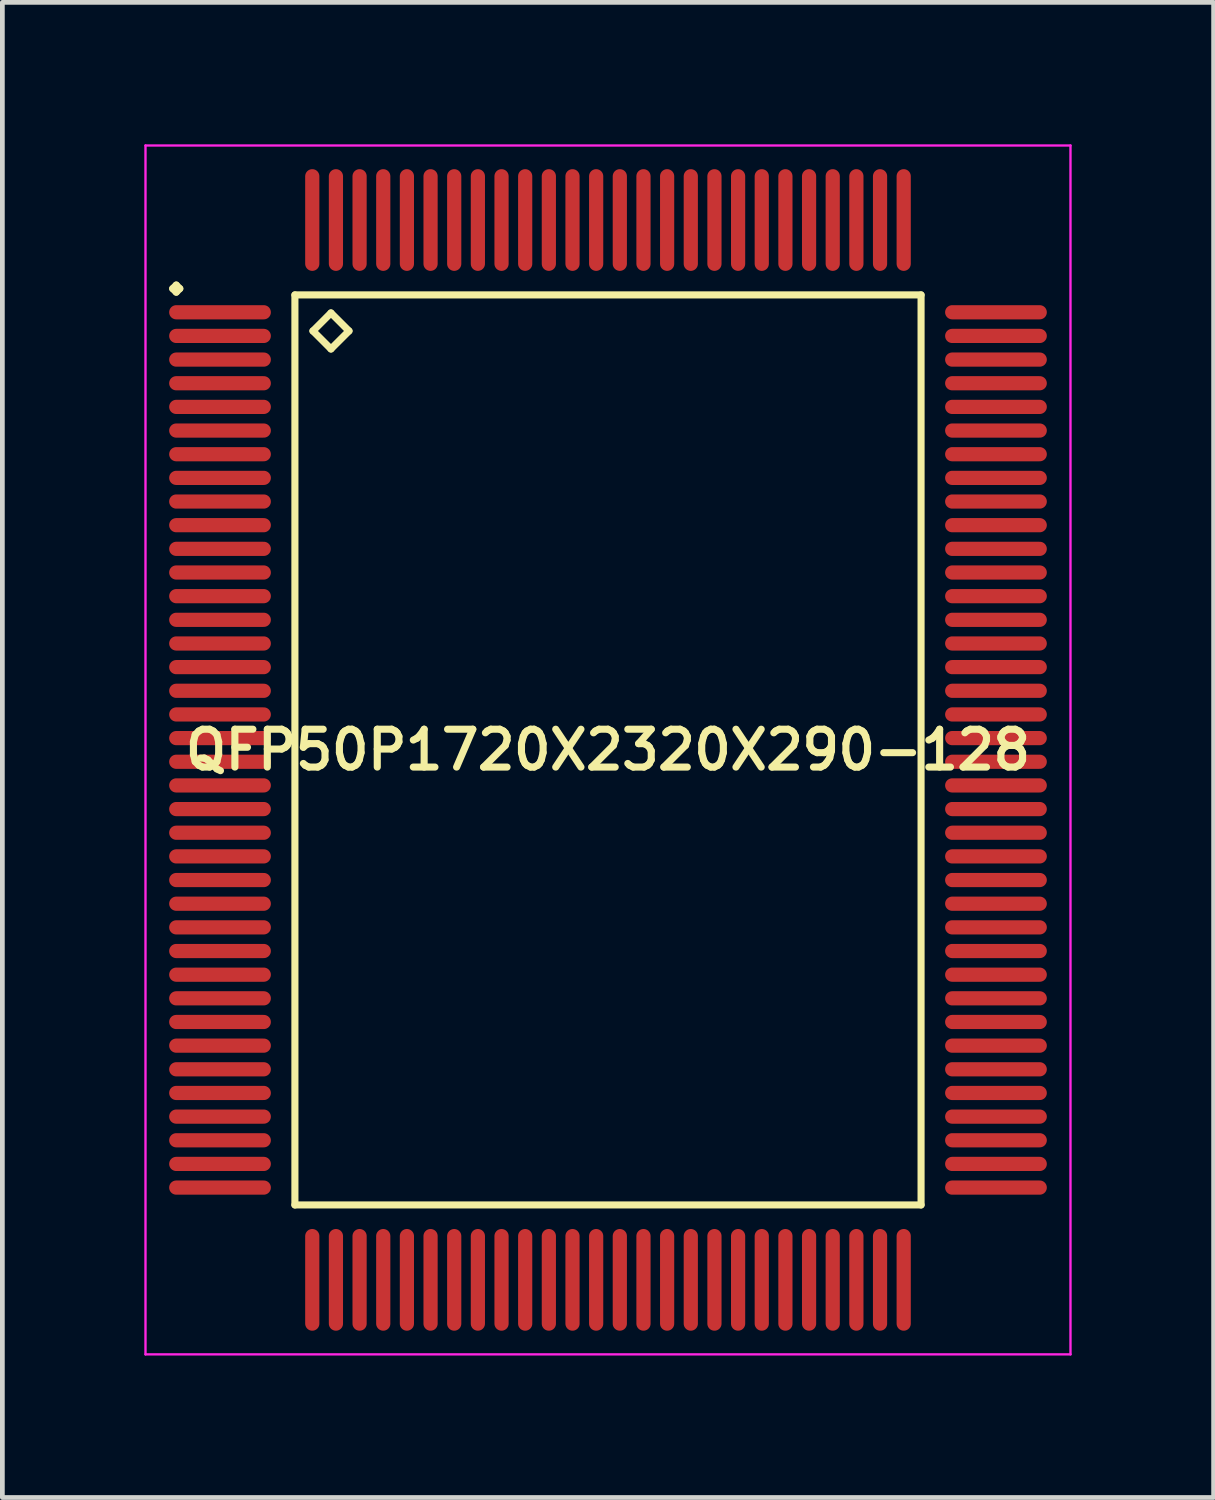
<source format=kicad_pcb>
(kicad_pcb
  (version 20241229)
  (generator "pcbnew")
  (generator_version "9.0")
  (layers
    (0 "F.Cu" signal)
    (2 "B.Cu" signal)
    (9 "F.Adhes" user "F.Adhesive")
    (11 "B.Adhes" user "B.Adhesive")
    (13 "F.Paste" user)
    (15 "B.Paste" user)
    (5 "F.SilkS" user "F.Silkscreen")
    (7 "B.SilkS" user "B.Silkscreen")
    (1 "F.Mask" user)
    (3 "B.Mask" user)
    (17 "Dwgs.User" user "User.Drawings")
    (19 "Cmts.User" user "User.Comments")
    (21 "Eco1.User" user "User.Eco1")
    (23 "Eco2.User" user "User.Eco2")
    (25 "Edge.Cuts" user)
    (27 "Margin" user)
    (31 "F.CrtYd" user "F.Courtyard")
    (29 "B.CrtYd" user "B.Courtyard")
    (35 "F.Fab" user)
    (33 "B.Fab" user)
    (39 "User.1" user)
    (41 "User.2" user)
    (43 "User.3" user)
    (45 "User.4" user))
  (footprint "QFP50P1720X2320X290-128"
    (layer "F.Cu")
    (at 9.8 12.8)
    (property "Reference" "QFP50P1720X2320X290-128" (at 0 0 0) (layer "F.SilkS") (effects (font (size 0.8 0.8) (thickness 0.15))))
    (attr smd)
    (fp_line (start -9.2 -9.75) (end -9.125 -9.825) (stroke (width 0.15) (type solid)) (layer "F.SilkS"))
    (fp_line (start -9.125 -9.825) (end -9.05 -9.75) (stroke (width 0.15) (type solid)) (layer "F.SilkS"))
    (fp_line (start -9.125 -9.675) (end -9.2 -9.75) (stroke (width 0.15) (type solid)) (layer "F.SilkS"))
    (fp_line (start -9.05 -9.75) (end -9.125 -9.675) (stroke (width 0.15) (type solid)) (layer "F.SilkS"))
    (fp_line (start -6.617 -9.617) (end -6.617 9.617) (stroke (width 0.15) (type solid)) (layer "F.SilkS"))
    (fp_line (start -6.617 9.617) (end 6.617 9.617) (stroke (width 0.15) (type solid)) (layer "F.SilkS"))
    (fp_line (start -6.236 -8.855) (end -5.855 -9.236) (stroke (width 0.15) (type solid)) (layer "F.SilkS"))
    (fp_line (start -5.855 -9.236) (end -5.474 -8.855) (stroke (width 0.15) (type solid)) (layer "F.SilkS"))
    (fp_line (start -5.855 -8.474) (end -6.236 -8.855) (stroke (width 0.15) (type solid)) (layer "F.SilkS"))
    (fp_line (start -5.474 -8.855) (end -5.855 -8.474) (stroke (width 0.15) (type solid)) (layer "F.SilkS"))
    (fp_line (start 6.617 -9.617) (end -6.617 -9.617) (stroke (width 0.15) (type solid)) (layer "F.SilkS"))
    (fp_line (start 6.617 9.617) (end 6.617 -9.617) (stroke (width 0.15) (type solid)) (layer "F.SilkS"))
    (fp_line (start -9.775 -12.775) (end 9.775 -12.775) (stroke (width 0.05) (type solid)) (layer "F.CrtYd"))
    (fp_line (start -9.775 12.775) (end -9.775 -12.775) (stroke (width 0.05) (type solid)) (layer "F.CrtYd"))
    (fp_line (start 9.775 -12.775) (end 9.775 12.775) (stroke (width 0.05) (type solid)) (layer "F.CrtYd"))
    (fp_line (start 9.775 12.775) (end -9.775 12.775) (stroke (width 0.05) (type solid)) (layer "F.CrtYd"))
    (pad "1" smd oval (at -8.2 -9.25) (size 2.15 0.3) (layers "F.Cu" "F.Mask" "F.Paste"))
    (pad "2" smd oval (at -8.2 -8.75) (size 2.15 0.3) (layers "F.Cu" "F.Mask" "F.Paste"))
    (pad "3" smd oval (at -8.2 -8.25) (size 2.15 0.3) (layers "F.Cu" "F.Mask" "F.Paste"))
    (pad "4" smd oval (at -8.2 -7.75) (size 2.15 0.3) (layers "F.Cu" "F.Mask" "F.Paste"))
    (pad "5" smd oval (at -8.2 -7.25) (size 2.15 0.3) (layers "F.Cu" "F.Mask" "F.Paste"))
    (pad "6" smd oval (at -8.2 -6.75) (size 2.15 0.3) (layers "F.Cu" "F.Mask" "F.Paste"))
    (pad "7" smd oval (at -8.2 -6.25) (size 2.15 0.3) (layers "F.Cu" "F.Mask" "F.Paste"))
    (pad "8" smd oval (at -8.2 -5.75) (size 2.15 0.3) (layers "F.Cu" "F.Mask" "F.Paste"))
    (pad "9" smd oval (at -8.2 -5.25) (size 2.15 0.3) (layers "F.Cu" "F.Mask" "F.Paste"))
    (pad "10" smd oval (at -8.2 -4.75) (size 2.15 0.3) (layers "F.Cu" "F.Mask" "F.Paste"))
    (pad "11" smd oval (at -8.2 -4.25) (size 2.15 0.3) (layers "F.Cu" "F.Mask" "F.Paste"))
    (pad "12" smd oval (at -8.2 -3.75) (size 2.15 0.3) (layers "F.Cu" "F.Mask" "F.Paste"))
    (pad "13" smd oval (at -8.2 -3.25) (size 2.15 0.3) (layers "F.Cu" "F.Mask" "F.Paste"))
    (pad "14" smd oval (at -8.2 -2.75) (size 2.15 0.3) (layers "F.Cu" "F.Mask" "F.Paste"))
    (pad "15" smd oval (at -8.2 -2.25) (size 2.15 0.3) (layers "F.Cu" "F.Mask" "F.Paste"))
    (pad "16" smd oval (at -8.2 -1.75) (size 2.15 0.3) (layers "F.Cu" "F.Mask" "F.Paste"))
    (pad "17" smd oval (at -8.2 -1.25) (size 2.15 0.3) (layers "F.Cu" "F.Mask" "F.Paste"))
    (pad "18" smd oval (at -8.2 -0.75) (size 2.15 0.3) (layers "F.Cu" "F.Mask" "F.Paste"))
    (pad "19" smd oval (at -8.2 -0.25) (size 2.15 0.3) (layers "F.Cu" "F.Mask" "F.Paste"))
    (pad "20" smd oval (at -8.2 0.25) (size 2.15 0.3) (layers "F.Cu" "F.Mask" "F.Paste"))
    (pad "21" smd oval (at -8.2 0.75) (size 2.15 0.3) (layers "F.Cu" "F.Mask" "F.Paste"))
    (pad "22" smd oval (at -8.2 1.25) (size 2.15 0.3) (layers "F.Cu" "F.Mask" "F.Paste"))
    (pad "23" smd oval (at -8.2 1.75) (size 2.15 0.3) (layers "F.Cu" "F.Mask" "F.Paste"))
    (pad "24" smd oval (at -8.2 2.25) (size 2.15 0.3) (layers "F.Cu" "F.Mask" "F.Paste"))
    (pad "25" smd oval (at -8.2 2.75) (size 2.15 0.3) (layers "F.Cu" "F.Mask" "F.Paste"))
    (pad "26" smd oval (at -8.2 3.25) (size 2.15 0.3) (layers "F.Cu" "F.Mask" "F.Paste"))
    (pad "27" smd oval (at -8.2 3.75) (size 2.15 0.3) (layers "F.Cu" "F.Mask" "F.Paste"))
    (pad "28" smd oval (at -8.2 4.25) (size 2.15 0.3) (layers "F.Cu" "F.Mask" "F.Paste"))
    (pad "29" smd oval (at -8.2 4.75) (size 2.15 0.3) (layers "F.Cu" "F.Mask" "F.Paste"))
    (pad "30" smd oval (at -8.2 5.25) (size 2.15 0.3) (layers "F.Cu" "F.Mask" "F.Paste"))
    (pad "31" smd oval (at -8.2 5.75) (size 2.15 0.3) (layers "F.Cu" "F.Mask" "F.Paste"))
    (pad "32" smd oval (at -8.2 6.25) (size 2.15 0.3) (layers "F.Cu" "F.Mask" "F.Paste"))
    (pad "33" smd oval (at -8.2 6.75) (size 2.15 0.3) (layers "F.Cu" "F.Mask" "F.Paste"))
    (pad "34" smd oval (at -8.2 7.25) (size 2.15 0.3) (layers "F.Cu" "F.Mask" "F.Paste"))
    (pad "35" smd oval (at -8.2 7.75) (size 2.15 0.3) (layers "F.Cu" "F.Mask" "F.Paste"))
    (pad "36" smd oval (at -8.2 8.25) (size 2.15 0.3) (layers "F.Cu" "F.Mask" "F.Paste"))
    (pad "37" smd oval (at -8.2 8.75) (size 2.15 0.3) (layers "F.Cu" "F.Mask" "F.Paste"))
    (pad "38" smd oval (at -8.2 9.25) (size 2.15 0.3) (layers "F.Cu" "F.Mask" "F.Paste"))
    (pad "39" smd oval (at -6.25 11.2) (size 0.3 2.15) (layers "F.Cu" "F.Mask" "F.Paste"))
    (pad "40" smd oval (at -5.75 11.2) (size 0.3 2.15) (layers "F.Cu" "F.Mask" "F.Paste"))
    (pad "41" smd oval (at -5.25 11.2) (size 0.3 2.15) (layers "F.Cu" "F.Mask" "F.Paste"))
    (pad "42" smd oval (at -4.75 11.2) (size 0.3 2.15) (layers "F.Cu" "F.Mask" "F.Paste"))
    (pad "43" smd oval (at -4.25 11.2) (size 0.3 2.15) (layers "F.Cu" "F.Mask" "F.Paste"))
    (pad "44" smd oval (at -3.75 11.2) (size 0.3 2.15) (layers "F.Cu" "F.Mask" "F.Paste"))
    (pad "45" smd oval (at -3.25 11.2) (size 0.3 2.15) (layers "F.Cu" "F.Mask" "F.Paste"))
    (pad "46" smd oval (at -2.75 11.2) (size 0.3 2.15) (layers "F.Cu" "F.Mask" "F.Paste"))
    (pad "47" smd oval (at -2.25 11.2) (size 0.3 2.15) (layers "F.Cu" "F.Mask" "F.Paste"))
    (pad "48" smd oval (at -1.75 11.2) (size 0.3 2.15) (layers "F.Cu" "F.Mask" "F.Paste"))
    (pad "49" smd oval (at -1.25 11.2) (size 0.3 2.15) (layers "F.Cu" "F.Mask" "F.Paste"))
    (pad "50" smd oval (at -0.75 11.2) (size 0.3 2.15) (layers "F.Cu" "F.Mask" "F.Paste"))
    (pad "51" smd oval (at -0.25 11.2) (size 0.3 2.15) (layers "F.Cu" "F.Mask" "F.Paste"))
    (pad "52" smd oval (at 0.25 11.2) (size 0.3 2.15) (layers "F.Cu" "F.Mask" "F.Paste"))
    (pad "53" smd oval (at 0.75 11.2) (size 0.3 2.15) (layers "F.Cu" "F.Mask" "F.Paste"))
    (pad "54" smd oval (at 1.25 11.2) (size 0.3 2.15) (layers "F.Cu" "F.Mask" "F.Paste"))
    (pad "55" smd oval (at 1.75 11.2) (size 0.3 2.15) (layers "F.Cu" "F.Mask" "F.Paste"))
    (pad "56" smd oval (at 2.25 11.2) (size 0.3 2.15) (layers "F.Cu" "F.Mask" "F.Paste"))
    (pad "57" smd oval (at 2.75 11.2) (size 0.3 2.15) (layers "F.Cu" "F.Mask" "F.Paste"))
    (pad "58" smd oval (at 3.25 11.2) (size 0.3 2.15) (layers "F.Cu" "F.Mask" "F.Paste"))
    (pad "59" smd oval (at 3.75 11.2) (size 0.3 2.15) (layers "F.Cu" "F.Mask" "F.Paste"))
    (pad "60" smd oval (at 4.25 11.2) (size 0.3 2.15) (layers "F.Cu" "F.Mask" "F.Paste"))
    (pad "61" smd oval (at 4.75 11.2) (size 0.3 2.15) (layers "F.Cu" "F.Mask" "F.Paste"))
    (pad "62" smd oval (at 5.25 11.2) (size 0.3 2.15) (layers "F.Cu" "F.Mask" "F.Paste"))
    (pad "63" smd oval (at 5.75 11.2) (size 0.3 2.15) (layers "F.Cu" "F.Mask" "F.Paste"))
    (pad "64" smd oval (at 6.25 11.2) (size 0.3 2.15) (layers "F.Cu" "F.Mask" "F.Paste"))
    (pad "65" smd oval (at 8.2 9.25) (size 2.15 0.3) (layers "F.Cu" "F.Mask" "F.Paste"))
    (pad "66" smd oval (at 8.2 8.75) (size 2.15 0.3) (layers "F.Cu" "F.Mask" "F.Paste"))
    (pad "67" smd oval (at 8.2 8.25) (size 2.15 0.3) (layers "F.Cu" "F.Mask" "F.Paste"))
    (pad "68" smd oval (at 8.2 7.75) (size 2.15 0.3) (layers "F.Cu" "F.Mask" "F.Paste"))
    (pad "69" smd oval (at 8.2 7.25) (size 2.15 0.3) (layers "F.Cu" "F.Mask" "F.Paste"))
    (pad "70" smd oval (at 8.2 6.75) (size 2.15 0.3) (layers "F.Cu" "F.Mask" "F.Paste"))
    (pad "71" smd oval (at 8.2 6.25) (size 2.15 0.3) (layers "F.Cu" "F.Mask" "F.Paste"))
    (pad "72" smd oval (at 8.2 5.75) (size 2.15 0.3) (layers "F.Cu" "F.Mask" "F.Paste"))
    (pad "73" smd oval (at 8.2 5.25) (size 2.15 0.3) (layers "F.Cu" "F.Mask" "F.Paste"))
    (pad "74" smd oval (at 8.2 4.75) (size 2.15 0.3) (layers "F.Cu" "F.Mask" "F.Paste"))
    (pad "75" smd oval (at 8.2 4.25) (size 2.15 0.3) (layers "F.Cu" "F.Mask" "F.Paste"))
    (pad "76" smd oval (at 8.2 3.75) (size 2.15 0.3) (layers "F.Cu" "F.Mask" "F.Paste"))
    (pad "77" smd oval (at 8.2 3.25) (size 2.15 0.3) (layers "F.Cu" "F.Mask" "F.Paste"))
    (pad "78" smd oval (at 8.2 2.75) (size 2.15 0.3) (layers "F.Cu" "F.Mask" "F.Paste"))
    (pad "79" smd oval (at 8.2 2.25) (size 2.15 0.3) (layers "F.Cu" "F.Mask" "F.Paste"))
    (pad "80" smd oval (at 8.2 1.75) (size 2.15 0.3) (layers "F.Cu" "F.Mask" "F.Paste"))
    (pad "81" smd oval (at 8.2 1.25) (size 2.15 0.3) (layers "F.Cu" "F.Mask" "F.Paste"))
    (pad "82" smd oval (at 8.2 0.75) (size 2.15 0.3) (layers "F.Cu" "F.Mask" "F.Paste"))
    (pad "83" smd oval (at 8.2 0.25) (size 2.15 0.3) (layers "F.Cu" "F.Mask" "F.Paste"))
    (pad "84" smd oval (at 8.2 -0.25) (size 2.15 0.3) (layers "F.Cu" "F.Mask" "F.Paste"))
    (pad "85" smd oval (at 8.2 -0.75) (size 2.15 0.3) (layers "F.Cu" "F.Mask" "F.Paste"))
    (pad "86" smd oval (at 8.2 -1.25) (size 2.15 0.3) (layers "F.Cu" "F.Mask" "F.Paste"))
    (pad "87" smd oval (at 8.2 -1.75) (size 2.15 0.3) (layers "F.Cu" "F.Mask" "F.Paste"))
    (pad "88" smd oval (at 8.2 -2.25) (size 2.15 0.3) (layers "F.Cu" "F.Mask" "F.Paste"))
    (pad "89" smd oval (at 8.2 -2.75) (size 2.15 0.3) (layers "F.Cu" "F.Mask" "F.Paste"))
    (pad "90" smd oval (at 8.2 -3.25) (size 2.15 0.3) (layers "F.Cu" "F.Mask" "F.Paste"))
    (pad "91" smd oval (at 8.2 -3.75) (size 2.15 0.3) (layers "F.Cu" "F.Mask" "F.Paste"))
    (pad "92" smd oval (at 8.2 -4.25) (size 2.15 0.3) (layers "F.Cu" "F.Mask" "F.Paste"))
    (pad "93" smd oval (at 8.2 -4.75) (size 2.15 0.3) (layers "F.Cu" "F.Mask" "F.Paste"))
    (pad "94" smd oval (at 8.2 -5.25) (size 2.15 0.3) (layers "F.Cu" "F.Mask" "F.Paste"))
    (pad "95" smd oval (at 8.2 -5.75) (size 2.15 0.3) (layers "F.Cu" "F.Mask" "F.Paste"))
    (pad "96" smd oval (at 8.2 -6.25) (size 2.15 0.3) (layers "F.Cu" "F.Mask" "F.Paste"))
    (pad "97" smd oval (at 8.2 -6.75) (size 2.15 0.3) (layers "F.Cu" "F.Mask" "F.Paste"))
    (pad "98" smd oval (at 8.2 -7.25) (size 2.15 0.3) (layers "F.Cu" "F.Mask" "F.Paste"))
    (pad "99" smd oval (at 8.2 -7.75) (size 2.15 0.3) (layers "F.Cu" "F.Mask" "F.Paste"))
    (pad "100" smd oval (at 8.2 -8.25) (size 2.15 0.3) (layers "F.Cu" "F.Mask" "F.Paste"))
    (pad "101" smd oval (at 8.2 -8.75) (size 2.15 0.3) (layers "F.Cu" "F.Mask" "F.Paste"))
    (pad "102" smd oval (at 8.2 -9.25) (size 2.15 0.3) (layers "F.Cu" "F.Mask" "F.Paste"))
    (pad "103" smd oval (at 6.25 -11.2) (size 0.3 2.15) (layers "F.Cu" "F.Mask" "F.Paste"))
    (pad "104" smd oval (at 5.75 -11.2) (size 0.3 2.15) (layers "F.Cu" "F.Mask" "F.Paste"))
    (pad "105" smd oval (at 5.25 -11.2) (size 0.3 2.15) (layers "F.Cu" "F.Mask" "F.Paste"))
    (pad "106" smd oval (at 4.75 -11.2) (size 0.3 2.15) (layers "F.Cu" "F.Mask" "F.Paste"))
    (pad "107" smd oval (at 4.25 -11.2) (size 0.3 2.15) (layers "F.Cu" "F.Mask" "F.Paste"))
    (pad "108" smd oval (at 3.75 -11.2) (size 0.3 2.15) (layers "F.Cu" "F.Mask" "F.Paste"))
    (pad "109" smd oval (at 3.25 -11.2) (size 0.3 2.15) (layers "F.Cu" "F.Mask" "F.Paste"))
    (pad "110" smd oval (at 2.75 -11.2) (size 0.3 2.15) (layers "F.Cu" "F.Mask" "F.Paste"))
    (pad "111" smd oval (at 2.25 -11.2) (size 0.3 2.15) (layers "F.Cu" "F.Mask" "F.Paste"))
    (pad "112" smd oval (at 1.75 -11.2) (size 0.3 2.15) (layers "F.Cu" "F.Mask" "F.Paste"))
    (pad "113" smd oval (at 1.25 -11.2) (size 0.3 2.15) (layers "F.Cu" "F.Mask" "F.Paste"))
    (pad "114" smd oval (at 0.75 -11.2) (size 0.3 2.15) (layers "F.Cu" "F.Mask" "F.Paste"))
    (pad "115" smd oval (at 0.25 -11.2) (size 0.3 2.15) (layers "F.Cu" "F.Mask" "F.Paste"))
    (pad "116" smd oval (at -0.25 -11.2) (size 0.3 2.15) (layers "F.Cu" "F.Mask" "F.Paste"))
    (pad "117" smd oval (at -0.75 -11.2) (size 0.3 2.15) (layers "F.Cu" "F.Mask" "F.Paste"))
    (pad "118" smd oval (at -1.25 -11.2) (size 0.3 2.15) (layers "F.Cu" "F.Mask" "F.Paste"))
    (pad "119" smd oval (at -1.75 -11.2) (size 0.3 2.15) (layers "F.Cu" "F.Mask" "F.Paste"))
    (pad "120" smd oval (at -2.25 -11.2) (size 0.3 2.15) (layers "F.Cu" "F.Mask" "F.Paste"))
    (pad "121" smd oval (at -2.75 -11.2) (size 0.3 2.15) (layers "F.Cu" "F.Mask" "F.Paste"))
    (pad "122" smd oval (at -3.25 -11.2) (size 0.3 2.15) (layers "F.Cu" "F.Mask" "F.Paste"))
    (pad "123" smd oval (at -3.75 -11.2) (size 0.3 2.15) (layers "F.Cu" "F.Mask" "F.Paste"))
    (pad "124" smd oval (at -4.25 -11.2) (size 0.3 2.15) (layers "F.Cu" "F.Mask" "F.Paste"))
    (pad "125" smd oval (at -4.75 -11.2) (size 0.3 2.15) (layers "F.Cu" "F.Mask" "F.Paste"))
    (pad "126" smd oval (at -5.25 -11.2) (size 0.3 2.15) (layers "F.Cu" "F.Mask" "F.Paste"))
    (pad "127" smd oval (at -5.75 -11.2) (size 0.3 2.15) (layers "F.Cu" "F.Mask" "F.Paste"))
    (pad "128" smd oval (at -6.25 -11.2) (size 0.3 2.15) (layers "F.Cu" "F.Mask" "F.Paste")))
  (gr_rect
    (start -3 -3)
    (end 22.6 28.6)
    (stroke (width 0.1) (type default))
    (fill no)
    (layer "Edge.Cuts")))
</source>
